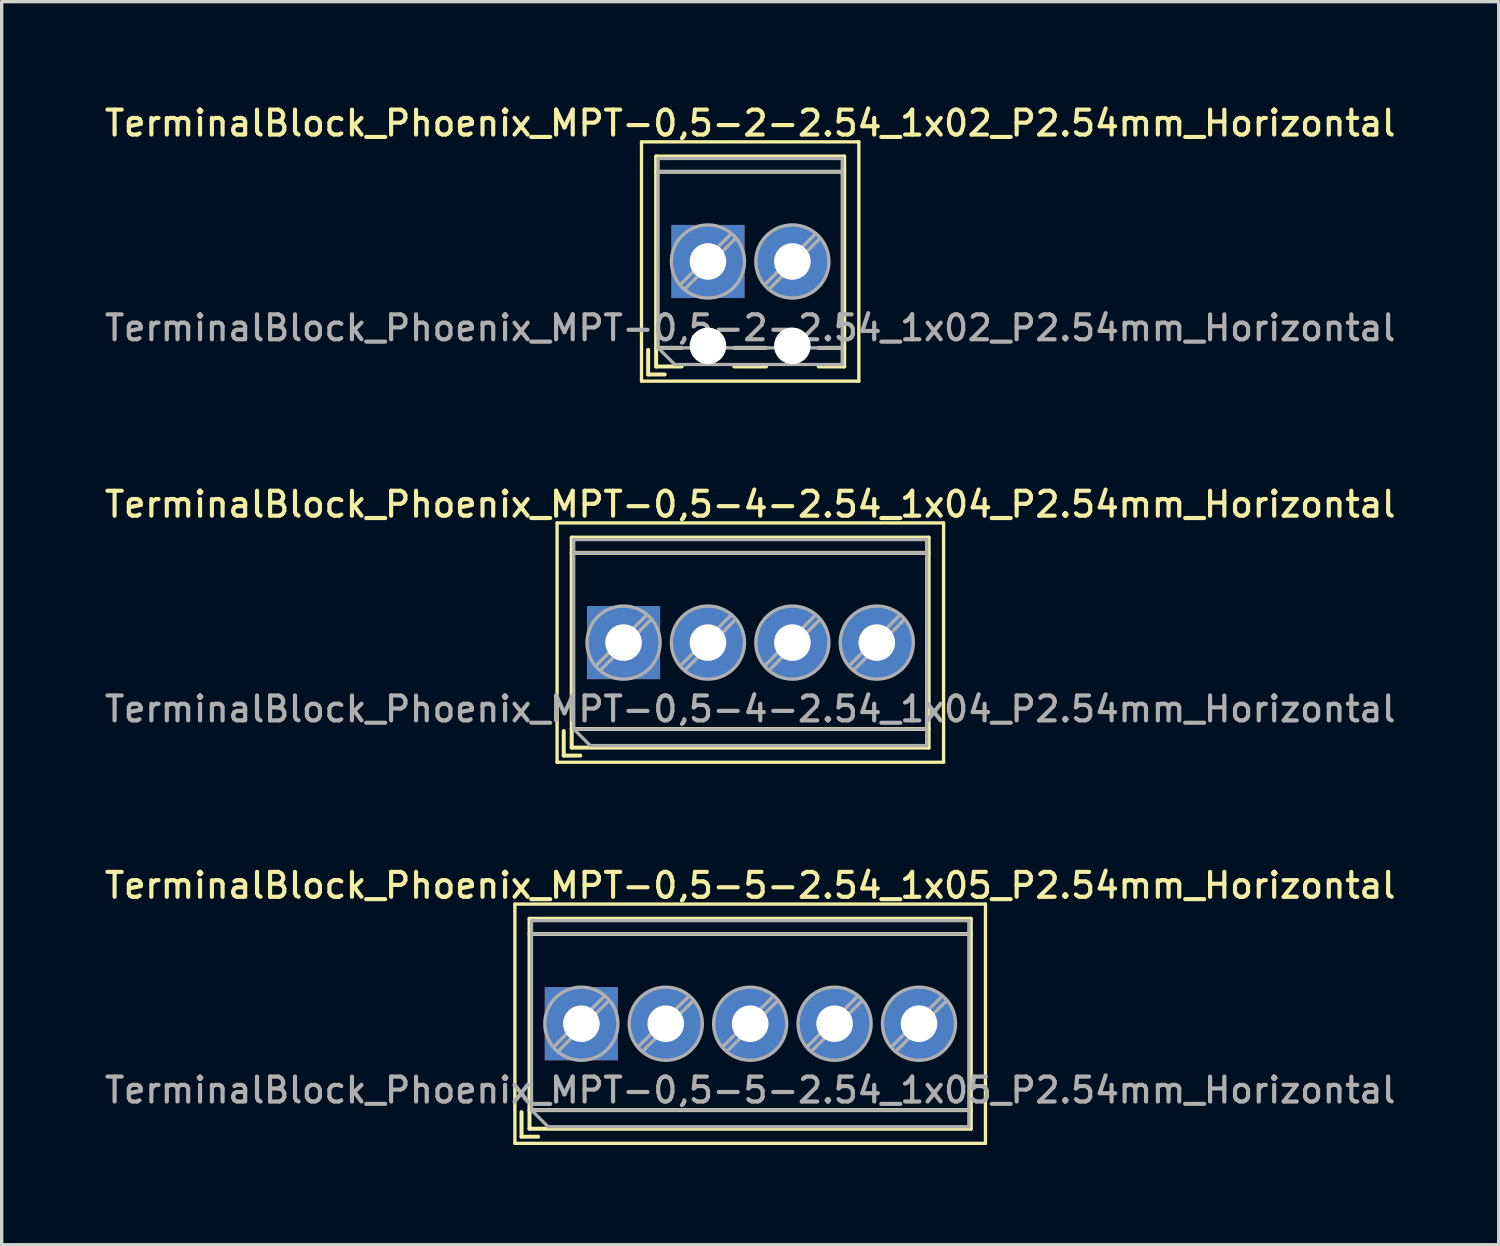
<source format=kicad_pcb>
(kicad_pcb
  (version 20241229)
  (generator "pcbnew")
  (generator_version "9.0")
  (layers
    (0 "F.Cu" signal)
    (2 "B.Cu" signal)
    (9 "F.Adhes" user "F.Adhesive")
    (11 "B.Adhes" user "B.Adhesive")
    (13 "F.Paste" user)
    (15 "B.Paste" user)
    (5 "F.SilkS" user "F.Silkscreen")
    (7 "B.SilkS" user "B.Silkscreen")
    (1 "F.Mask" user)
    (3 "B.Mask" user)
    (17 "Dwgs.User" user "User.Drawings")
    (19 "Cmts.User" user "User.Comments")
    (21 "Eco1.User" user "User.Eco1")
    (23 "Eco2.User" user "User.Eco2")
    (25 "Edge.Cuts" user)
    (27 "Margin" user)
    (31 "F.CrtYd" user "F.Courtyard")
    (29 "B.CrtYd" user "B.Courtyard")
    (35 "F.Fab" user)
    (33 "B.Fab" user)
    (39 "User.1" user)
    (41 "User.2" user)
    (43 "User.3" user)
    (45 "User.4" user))
  (footprint "TerminalBlock_Phoenix_MPT-0,5-2-2.54_1x02_P2.54mm_Horizontal"
    (layer "F.Cu")
    (at 18.253 4.818)
    (property "Reference" "TerminalBlock_Phoenix_MPT-0,5-2-2.54_1x02_P2.54mm_Horizontal" (at 1.27 -4.16 0) (layer "F.SilkS") (effects (font (size 0.75 0.75) (thickness 0.125))))
    (attr through_hole)
    (fp_line (start -2 -3.6) (end -2 3.6) (stroke (width 0.1) (type solid)) (layer "F.SilkS"))
    (fp_line (start -2 3.6) (end 4.54 3.6) (stroke (width 0.1) (type solid)) (layer "F.SilkS"))
    (fp_line (start -1.8 2.66) (end -1.8 3.4) (stroke (width 0.12) (type solid)) (layer "F.SilkS"))
    (fp_line (start -1.8 3.4) (end -1.3 3.4) (stroke (width 0.12) (type solid)) (layer "F.SilkS"))
    (fp_line (start -1.56 -3.16) (end -1.56 3.16) (stroke (width 0.12) (type solid)) (layer "F.SilkS"))
    (fp_line (start -1.56 -3.16) (end 4.1 -3.16) (stroke (width 0.12) (type solid)) (layer "F.SilkS"))
    (fp_line (start -1.56 -2.7) (end 4.1 -2.7) (stroke (width 0.12) (type solid)) (layer "F.SilkS"))
    (fp_line (start -1.56 2.6) (end -0.79 2.6) (stroke (width 0.12) (type solid)) (layer "F.SilkS"))
    (fp_line (start -1.56 3.16) (end -0.79 3.16) (stroke (width 0.12) (type solid)) (layer "F.SilkS"))
    (fp_line (start 0.79 2.6) (end 1.75 2.6) (stroke (width 0.12) (type solid)) (layer "F.SilkS"))
    (fp_line (start 0.79 3.16) (end 1.75 3.16) (stroke (width 0.12) (type solid)) (layer "F.SilkS"))
    (fp_line (start 3.33 2.6) (end 4.1 2.6) (stroke (width 0.12) (type solid)) (layer "F.SilkS"))
    (fp_line (start 3.33 3.16) (end 4.1 3.16) (stroke (width 0.12) (type solid)) (layer "F.SilkS"))
    (fp_line (start 4.1 -3.16) (end 4.1 3.16) (stroke (width 0.12) (type solid)) (layer "F.SilkS"))
    (fp_line (start 4.54 -3.6) (end -2 -3.6) (stroke (width 0.1) (type solid)) (layer "F.SilkS"))
    (fp_line (start 4.54 3.6) (end 4.54 -3.6) (stroke (width 0.1) (type solid)) (layer "F.SilkS"))
    (fp_line (start -1.5 -3.1) (end 4.04 -3.1) (stroke (width 0.1) (type solid)) (layer "F.Fab"))
    (fp_line (start -1.5 -2.7) (end 4.04 -2.7) (stroke (width 0.1) (type solid)) (layer "F.Fab"))
    (fp_line (start -1.5 2.6) (end -1.5 -3.1) (stroke (width 0.1) (type solid)) (layer "F.Fab"))
    (fp_line (start -1.5 2.6) (end 4.04 2.6) (stroke (width 0.1) (type solid)) (layer "F.Fab"))
    (fp_line (start -1 3.1) (end -1.5 2.6) (stroke (width 0.1) (type solid)) (layer "F.Fab"))
    (fp_line (start 0.701 -0.835) (end -0.835 0.7) (stroke (width 0.1) (type solid)) (layer "F.Fab"))
    (fp_line (start 0.835 -0.7) (end -0.701 0.835) (stroke (width 0.1) (type solid)) (layer "F.Fab"))
    (fp_line (start 3.241 -0.835) (end 1.706 0.7) (stroke (width 0.1) (type solid)) (layer "F.Fab"))
    (fp_line (start 3.375 -0.7) (end 1.84 0.835) (stroke (width 0.1) (type solid)) (layer "F.Fab"))
    (fp_line (start 4.04 -3.1) (end 4.04 3.1) (stroke (width 0.1) (type solid)) (layer "F.Fab"))
    (fp_line (start 4.04 3.1) (end -1 3.1) (stroke (width 0.1) (type solid)) (layer "F.Fab"))
    (fp_circle (center 0 0) (end 1.1 0) (stroke (width 0.1) (type solid)) (fill no) (layer "F.Fab"))
    (fp_circle (center 2.54 0) (end 3.64 0) (stroke (width 0.1) (type solid)) (fill no) (layer "F.Fab"))
    (fp_text user "${REFERENCE}" (at 1.27 2 0) (layer "F.Fab") (effects (font (size 0.75 0.75) (thickness 0.125))))
    (pad "" np_thru_hole circle (at 0 2.54) (size 1.1 1.1) (drill 1.1) (layers "*.Cu" "*.Mask"))
    (pad "" np_thru_hole circle (at 2.54 2.54) (size 1.1 1.1) (drill 1.1) (layers "*.Cu" "*.Mask"))
    (pad "1" thru_hole rect (at 0 0) (size 2.2 2.2) (drill 1.1) (layers "*.Cu" "*.Mask"))
    (pad "2" thru_hole circle (at 2.54 0) (size 2.2 2.2) (drill 1.1) (layers "*.Cu" "*.Mask")))
  (footprint "TerminalBlock_Phoenix_MPT-0,5-5-2.54_1x05_P2.54mm_Horizontal"
    (layer "F.Cu")
    (at 14.443 27.754)
    (property "Reference" "TerminalBlock_Phoenix_MPT-0,5-5-2.54_1x05_P2.54mm_Horizontal" (at 5.08 -4.16 0) (layer "F.SilkS") (effects (font (size 0.75 0.75) (thickness 0.125))))
    (attr through_hole)
    (fp_line (start -2 -3.6) (end -2 3.6) (stroke (width 0.1) (type solid)) (layer "F.SilkS"))
    (fp_line (start -2 3.6) (end 12.16 3.6) (stroke (width 0.1) (type solid)) (layer "F.SilkS"))
    (fp_line (start -1.8 2.66) (end -1.8 3.4) (stroke (width 0.12) (type solid)) (layer "F.SilkS"))
    (fp_line (start -1.8 3.4) (end -1.3 3.4) (stroke (width 0.12) (type solid)) (layer "F.SilkS"))
    (fp_line (start -1.56 -3.16) (end -1.56 3.16) (stroke (width 0.12) (type solid)) (layer "F.SilkS"))
    (fp_line (start -1.56 -3.16) (end 11.72 -3.16) (stroke (width 0.12) (type solid)) (layer "F.SilkS"))
    (fp_line (start -1.56 -2.7) (end 11.72 -2.7) (stroke (width 0.12) (type solid)) (layer "F.SilkS"))
    (fp_line (start -1.56 2.6) (end 11.72 2.6) (stroke (width 0.12) (type solid)) (layer "F.SilkS"))
    (fp_line (start -1.56 3.16) (end 11.72 3.16) (stroke (width 0.12) (type solid)) (layer "F.SilkS"))
    (fp_line (start 11.72 -3.16) (end 11.72 3.16) (stroke (width 0.12) (type solid)) (layer "F.SilkS"))
    (fp_line (start 12.16 -3.6) (end -2 -3.6) (stroke (width 0.1) (type solid)) (layer "F.SilkS"))
    (fp_line (start 12.16 3.6) (end 12.16 -3.6) (stroke (width 0.1) (type solid)) (layer "F.SilkS"))
    (fp_line (start -1.5 -3.1) (end 11.66 -3.1) (stroke (width 0.1) (type solid)) (layer "F.Fab"))
    (fp_line (start -1.5 -2.7) (end 11.66 -2.7) (stroke (width 0.1) (type solid)) (layer "F.Fab"))
    (fp_line (start -1.5 2.6) (end -1.5 -3.1) (stroke (width 0.1) (type solid)) (layer "F.Fab"))
    (fp_line (start -1.5 2.6) (end 11.66 2.6) (stroke (width 0.1) (type solid)) (layer "F.Fab"))
    (fp_line (start -1 3.1) (end -1.5 2.6) (stroke (width 0.1) (type solid)) (layer "F.Fab"))
    (fp_line (start 0.701 -0.835) (end -0.835 0.7) (stroke (width 0.1) (type solid)) (layer "F.Fab"))
    (fp_line (start 0.835 -0.7) (end -0.701 0.835) (stroke (width 0.1) (type solid)) (layer "F.Fab"))
    (fp_line (start 3.241 -0.835) (end 1.706 0.7) (stroke (width 0.1) (type solid)) (layer "F.Fab"))
    (fp_line (start 3.375 -0.7) (end 1.84 0.835) (stroke (width 0.1) (type solid)) (layer "F.Fab"))
    (fp_line (start 5.781 -0.835) (end 4.246 0.7) (stroke (width 0.1) (type solid)) (layer "F.Fab"))
    (fp_line (start 5.915 -0.7) (end 4.38 0.835) (stroke (width 0.1) (type solid)) (layer "F.Fab"))
    (fp_line (start 8.321 -0.835) (end 6.786 0.7) (stroke (width 0.1) (type solid)) (layer "F.Fab"))
    (fp_line (start 8.455 -0.7) (end 6.92 0.835) (stroke (width 0.1) (type solid)) (layer "F.Fab"))
    (fp_line (start 10.861 -0.835) (end 9.326 0.7) (stroke (width 0.1) (type solid)) (layer "F.Fab"))
    (fp_line (start 10.995 -0.7) (end 9.46 0.835) (stroke (width 0.1) (type solid)) (layer "F.Fab"))
    (fp_line (start 11.66 -3.1) (end 11.66 3.1) (stroke (width 0.1) (type solid)) (layer "F.Fab"))
    (fp_line (start 11.66 3.1) (end -1 3.1) (stroke (width 0.1) (type solid)) (layer "F.Fab"))
    (fp_circle (center 0 0) (end 1.1 0) (stroke (width 0.1) (type solid)) (fill no) (layer "F.Fab"))
    (fp_circle (center 2.54 0) (end 3.64 0) (stroke (width 0.1) (type solid)) (fill no) (layer "F.Fab"))
    (fp_circle (center 5.08 0) (end 6.18 0) (stroke (width 0.1) (type solid)) (fill no) (layer "F.Fab"))
    (fp_circle (center 7.62 0) (end 8.72 0) (stroke (width 0.1) (type solid)) (fill no) (layer "F.Fab"))
    (fp_circle (center 10.16 0) (end 11.26 0) (stroke (width 0.1) (type solid)) (fill no) (layer "F.Fab"))
    (fp_text user "${REFERENCE}" (at 5.08 2 0) (layer "F.Fab") (effects (font (size 0.75 0.75) (thickness 0.125))))
    (pad "1" thru_hole rect (at 0 0) (size 2.2 2.2) (drill 1.1) (layers "*.Cu" "*.Mask"))
    (pad "2" thru_hole circle (at 2.54 0) (size 2.2 2.2) (drill 1.1) (layers "*.Cu" "*.Mask"))
    (pad "3" thru_hole circle (at 5.08 0) (size 2.2 2.2) (drill 1.1) (layers "*.Cu" "*.Mask"))
    (pad "4" thru_hole circle (at 7.62 0) (size 2.2 2.2) (drill 1.1) (layers "*.Cu" "*.Mask"))
    (pad "5" thru_hole circle (at 10.16 0) (size 2.2 2.2) (drill 1.1) (layers "*.Cu" "*.Mask")))
  (footprint "TerminalBlock_Phoenix_MPT-0,5-4-2.54_1x04_P2.54mm_Horizontal"
    (layer "F.Cu")
    (at 15.713 16.286)
    (property "Reference" "TerminalBlock_Phoenix_MPT-0,5-4-2.54_1x04_P2.54mm_Horizontal" (at 3.81 -4.16 0) (layer "F.SilkS") (effects (font (size 0.75 0.75) (thickness 0.125))))
    (attr through_hole)
    (fp_line (start -2 -3.6) (end -2 3.6) (stroke (width 0.1) (type solid)) (layer "F.SilkS"))
    (fp_line (start -2 3.6) (end 9.63 3.6) (stroke (width 0.1) (type solid)) (layer "F.SilkS"))
    (fp_line (start -1.8 2.66) (end -1.8 3.4) (stroke (width 0.12) (type solid)) (layer "F.SilkS"))
    (fp_line (start -1.8 3.4) (end -1.3 3.4) (stroke (width 0.12) (type solid)) (layer "F.SilkS"))
    (fp_line (start -1.56 -3.16) (end -1.56 3.16) (stroke (width 0.12) (type solid)) (layer "F.SilkS"))
    (fp_line (start -1.56 -3.16) (end 9.18 -3.16) (stroke (width 0.12) (type solid)) (layer "F.SilkS"))
    (fp_line (start -1.56 -2.7) (end 9.18 -2.7) (stroke (width 0.12) (type solid)) (layer "F.SilkS"))
    (fp_line (start -1.56 2.6) (end 9.18 2.6) (stroke (width 0.12) (type solid)) (layer "F.SilkS"))
    (fp_line (start -1.56 3.16) (end 9.18 3.16) (stroke (width 0.12) (type solid)) (layer "F.SilkS"))
    (fp_line (start 9.18 -3.16) (end 9.18 3.16) (stroke (width 0.12) (type solid)) (layer "F.SilkS"))
    (fp_line (start 9.63 -3.6) (end -2 -3.6) (stroke (width 0.1) (type solid)) (layer "F.SilkS"))
    (fp_line (start 9.63 3.6) (end 9.63 -3.6) (stroke (width 0.1) (type solid)) (layer "F.SilkS"))
    (fp_line (start -1.5 -3.1) (end 9.12 -3.1) (stroke (width 0.1) (type solid)) (layer "F.Fab"))
    (fp_line (start -1.5 -2.7) (end 9.12 -2.7) (stroke (width 0.1) (type solid)) (layer "F.Fab"))
    (fp_line (start -1.5 2.6) (end -1.5 -3.1) (stroke (width 0.1) (type solid)) (layer "F.Fab"))
    (fp_line (start -1.5 2.6) (end 9.12 2.6) (stroke (width 0.1) (type solid)) (layer "F.Fab"))
    (fp_line (start -1 3.1) (end -1.5 2.6) (stroke (width 0.1) (type solid)) (layer "F.Fab"))
    (fp_line (start 0.701 -0.835) (end -0.835 0.7) (stroke (width 0.1) (type solid)) (layer "F.Fab"))
    (fp_line (start 0.835 -0.7) (end -0.701 0.835) (stroke (width 0.1) (type solid)) (layer "F.Fab"))
    (fp_line (start 3.241 -0.835) (end 1.706 0.7) (stroke (width 0.1) (type solid)) (layer "F.Fab"))
    (fp_line (start 3.375 -0.7) (end 1.84 0.835) (stroke (width 0.1) (type solid)) (layer "F.Fab"))
    (fp_line (start 5.781 -0.835) (end 4.246 0.7) (stroke (width 0.1) (type solid)) (layer "F.Fab"))
    (fp_line (start 5.915 -0.7) (end 4.38 0.835) (stroke (width 0.1) (type solid)) (layer "F.Fab"))
    (fp_line (start 8.321 -0.835) (end 6.786 0.7) (stroke (width 0.1) (type solid)) (layer "F.Fab"))
    (fp_line (start 8.455 -0.7) (end 6.92 0.835) (stroke (width 0.1) (type solid)) (layer "F.Fab"))
    (fp_line (start 9.12 -3.1) (end 9.12 3.1) (stroke (width 0.1) (type solid)) (layer "F.Fab"))
    (fp_line (start 9.12 3.1) (end -1 3.1) (stroke (width 0.1) (type solid)) (layer "F.Fab"))
    (fp_circle (center 0 0) (end 1.1 0) (stroke (width 0.1) (type solid)) (fill no) (layer "F.Fab"))
    (fp_circle (center 2.54 0) (end 3.64 0) (stroke (width 0.1) (type solid)) (fill no) (layer "F.Fab"))
    (fp_circle (center 5.08 0) (end 6.18 0) (stroke (width 0.1) (type solid)) (fill no) (layer "F.Fab"))
    (fp_circle (center 7.62 0) (end 8.72 0) (stroke (width 0.1) (type solid)) (fill no) (layer "F.Fab"))
    (fp_text user "${REFERENCE}" (at 3.81 2 0) (layer "F.Fab") (effects (font (size 0.75 0.75) (thickness 0.125))))
    (pad "1" thru_hole rect (at 0 0) (size 2.2 2.2) (drill 1.1) (layers "*.Cu" "*.Mask"))
    (pad "2" thru_hole circle (at 2.54 0) (size 2.2 2.2) (drill 1.1) (layers "*.Cu" "*.Mask"))
    (pad "3" thru_hole circle (at 5.08 0) (size 2.2 2.2) (drill 1.1) (layers "*.Cu" "*.Mask"))
    (pad "4" thru_hole circle (at 7.62 0) (size 2.2 2.2) (drill 1.1) (layers "*.Cu" "*.Mask")))
  (gr_rect
    (start -3 -3)
    (end 42.046 34.404)
    (stroke (width 0.1) (type default))
    (fill no)
    (layer "Edge.Cuts")))
</source>
